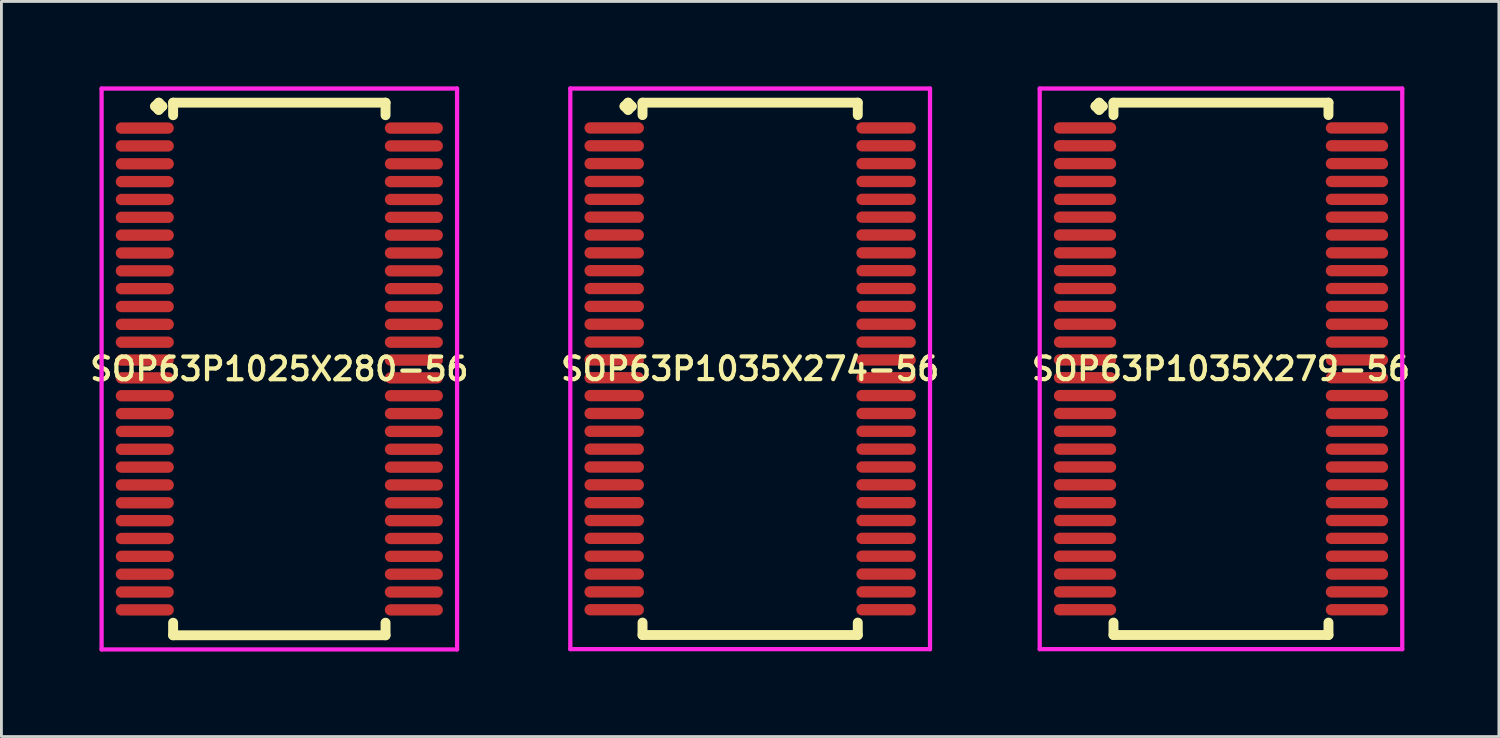
<source format=kicad_pcb>
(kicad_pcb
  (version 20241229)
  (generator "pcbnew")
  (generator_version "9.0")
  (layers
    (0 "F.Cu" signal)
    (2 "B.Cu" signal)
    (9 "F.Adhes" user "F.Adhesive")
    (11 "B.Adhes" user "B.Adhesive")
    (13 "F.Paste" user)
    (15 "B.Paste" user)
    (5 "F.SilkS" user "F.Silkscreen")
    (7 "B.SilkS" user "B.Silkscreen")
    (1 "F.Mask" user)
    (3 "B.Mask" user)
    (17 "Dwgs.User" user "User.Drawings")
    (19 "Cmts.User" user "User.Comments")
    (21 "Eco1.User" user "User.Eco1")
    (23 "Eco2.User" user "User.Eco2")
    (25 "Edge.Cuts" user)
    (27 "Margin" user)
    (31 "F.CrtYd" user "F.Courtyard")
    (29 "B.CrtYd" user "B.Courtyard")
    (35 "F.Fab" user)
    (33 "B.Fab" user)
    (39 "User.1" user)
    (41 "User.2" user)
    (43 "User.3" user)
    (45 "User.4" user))
  (footprint "SOP63P1035X274-56"
    (layer "F.Cu")
    (at 23.435 9.972)
    (property "Reference" "SOP63P1035X274-56" (at 0 0 0) (layer "F.SilkS") (effects (font (size 0.8 0.8) (thickness 0.15))))
    (attr smd)
    (fp_line (start -4.435 -9.27) (end -4.308 -9.397) (stroke (width 0.35) (type solid)) (layer "F.SilkS"))
    (fp_line (start -4.308 -9.397) (end -4.181 -9.27) (stroke (width 0.35) (type solid)) (layer "F.SilkS"))
    (fp_line (start -4.308 -9.143) (end -4.435 -9.27) (stroke (width 0.35) (type solid)) (layer "F.SilkS"))
    (fp_line (start -4.181 -9.27) (end -4.308 -9.143) (stroke (width 0.35) (type solid)) (layer "F.SilkS"))
    (fp_line (start -3.8 -9.397) (end 3.8 -9.397) (stroke (width 0.35) (type solid)) (layer "F.SilkS"))
    (fp_line (start -3.8 -8.959) (end -3.8 -9.397) (stroke (width 0.35) (type solid)) (layer "F.SilkS"))
    (fp_line (start -3.8 8.959) (end -3.8 9.397) (stroke (width 0.35) (type solid)) (layer "F.SilkS"))
    (fp_line (start -3.8 9.397) (end 3.8 9.397) (stroke (width 0.35) (type solid)) (layer "F.SilkS"))
    (fp_line (start 3.8 -9.397) (end 3.8 -8.959) (stroke (width 0.35) (type solid)) (layer "F.SilkS"))
    (fp_line (start 3.8 9.397) (end 3.8 8.959) (stroke (width 0.35) (type solid)) (layer "F.SilkS"))
    (fp_line (start -6.35 -9.897) (end 6.35 -9.897) (stroke (width 0.15) (type solid)) (layer "F.CrtYd"))
    (fp_line (start -6.35 9.897) (end -6.35 -9.897) (stroke (width 0.15) (type solid)) (layer "F.CrtYd"))
    (fp_line (start 6.35 -9.897) (end 6.35 9.897) (stroke (width 0.15) (type solid)) (layer "F.CrtYd"))
    (fp_line (start 6.35 9.897) (end -6.35 9.897) (stroke (width 0.15) (type solid)) (layer "F.CrtYd"))
    (pad "1" smd oval (at -4.8 -8.505) (size 2.1 0.4) (layers "F.Cu" "F.Mask" "F.Paste"))
    (pad "2" smd oval (at -4.8 -7.875) (size 2.1 0.4) (layers "F.Cu" "F.Mask" "F.Paste"))
    (pad "3" smd oval (at -4.8 -7.245) (size 2.1 0.4) (layers "F.Cu" "F.Mask" "F.Paste"))
    (pad "4" smd oval (at -4.8 -6.615) (size 2.1 0.4) (layers "F.Cu" "F.Mask" "F.Paste"))
    (pad "5" smd oval (at -4.8 -5.985) (size 2.1 0.4) (layers "F.Cu" "F.Mask" "F.Paste"))
    (pad "6" smd oval (at -4.8 -5.355) (size 2.1 0.4) (layers "F.Cu" "F.Mask" "F.Paste"))
    (pad "7" smd oval (at -4.8 -4.725) (size 2.1 0.4) (layers "F.Cu" "F.Mask" "F.Paste"))
    (pad "8" smd oval (at -4.8 -4.095) (size 2.1 0.4) (layers "F.Cu" "F.Mask" "F.Paste"))
    (pad "9" smd oval (at -4.8 -3.465) (size 2.1 0.4) (layers "F.Cu" "F.Mask" "F.Paste"))
    (pad "10" smd oval (at -4.8 -2.835) (size 2.1 0.4) (layers "F.Cu" "F.Mask" "F.Paste"))
    (pad "11" smd oval (at -4.8 -2.205) (size 2.1 0.4) (layers "F.Cu" "F.Mask" "F.Paste"))
    (pad "12" smd oval (at -4.8 -1.575) (size 2.1 0.4) (layers "F.Cu" "F.Mask" "F.Paste"))
    (pad "13" smd oval (at -4.8 -0.945) (size 2.1 0.4) (layers "F.Cu" "F.Mask" "F.Paste"))
    (pad "14" smd oval (at -4.8 -0.315) (size 2.1 0.4) (layers "F.Cu" "F.Mask" "F.Paste"))
    (pad "15" smd oval (at -4.8 0.315) (size 2.1 0.4) (layers "F.Cu" "F.Mask" "F.Paste"))
    (pad "16" smd oval (at -4.8 0.945) (size 2.1 0.4) (layers "F.Cu" "F.Mask" "F.Paste"))
    (pad "17" smd oval (at -4.8 1.575) (size 2.1 0.4) (layers "F.Cu" "F.Mask" "F.Paste"))
    (pad "18" smd oval (at -4.8 2.205) (size 2.1 0.4) (layers "F.Cu" "F.Mask" "F.Paste"))
    (pad "19" smd oval (at -4.8 2.835) (size 2.1 0.4) (layers "F.Cu" "F.Mask" "F.Paste"))
    (pad "20" smd oval (at -4.8 3.465) (size 2.1 0.4) (layers "F.Cu" "F.Mask" "F.Paste"))
    (pad "21" smd oval (at -4.8 4.095) (size 2.1 0.4) (layers "F.Cu" "F.Mask" "F.Paste"))
    (pad "22" smd oval (at -4.8 4.725) (size 2.1 0.4) (layers "F.Cu" "F.Mask" "F.Paste"))
    (pad "23" smd oval (at -4.8 5.355) (size 2.1 0.4) (layers "F.Cu" "F.Mask" "F.Paste"))
    (pad "24" smd oval (at -4.8 5.985) (size 2.1 0.4) (layers "F.Cu" "F.Mask" "F.Paste"))
    (pad "25" smd oval (at -4.8 6.615) (size 2.1 0.4) (layers "F.Cu" "F.Mask" "F.Paste"))
    (pad "26" smd oval (at -4.8 7.245) (size 2.1 0.4) (layers "F.Cu" "F.Mask" "F.Paste"))
    (pad "27" smd oval (at -4.8 7.875) (size 2.1 0.4) (layers "F.Cu" "F.Mask" "F.Paste"))
    (pad "28" smd oval (at -4.8 8.505) (size 2.1 0.4) (layers "F.Cu" "F.Mask" "F.Paste"))
    (pad "29" smd oval (at 4.8 8.505) (size 2.1 0.4) (layers "F.Cu" "F.Mask" "F.Paste"))
    (pad "30" smd oval (at 4.8 7.875) (size 2.1 0.4) (layers "F.Cu" "F.Mask" "F.Paste"))
    (pad "31" smd oval (at 4.8 7.245) (size 2.1 0.4) (layers "F.Cu" "F.Mask" "F.Paste"))
    (pad "32" smd oval (at 4.8 6.615) (size 2.1 0.4) (layers "F.Cu" "F.Mask" "F.Paste"))
    (pad "33" smd oval (at 4.8 5.985) (size 2.1 0.4) (layers "F.Cu" "F.Mask" "F.Paste"))
    (pad "34" smd oval (at 4.8 5.355) (size 2.1 0.4) (layers "F.Cu" "F.Mask" "F.Paste"))
    (pad "35" smd oval (at 4.8 4.725) (size 2.1 0.4) (layers "F.Cu" "F.Mask" "F.Paste"))
    (pad "36" smd oval (at 4.8 4.095) (size 2.1 0.4) (layers "F.Cu" "F.Mask" "F.Paste"))
    (pad "37" smd oval (at 4.8 3.465) (size 2.1 0.4) (layers "F.Cu" "F.Mask" "F.Paste"))
    (pad "38" smd oval (at 4.8 2.835) (size 2.1 0.4) (layers "F.Cu" "F.Mask" "F.Paste"))
    (pad "39" smd oval (at 4.8 2.205) (size 2.1 0.4) (layers "F.Cu" "F.Mask" "F.Paste"))
    (pad "40" smd oval (at 4.8 1.575) (size 2.1 0.4) (layers "F.Cu" "F.Mask" "F.Paste"))
    (pad "41" smd oval (at 4.8 0.945) (size 2.1 0.4) (layers "F.Cu" "F.Mask" "F.Paste"))
    (pad "42" smd oval (at 4.8 0.315) (size 2.1 0.4) (layers "F.Cu" "F.Mask" "F.Paste"))
    (pad "43" smd oval (at 4.8 -0.315) (size 2.1 0.4) (layers "F.Cu" "F.Mask" "F.Paste"))
    (pad "44" smd oval (at 4.8 -0.945) (size 2.1 0.4) (layers "F.Cu" "F.Mask" "F.Paste"))
    (pad "45" smd oval (at 4.8 -1.575) (size 2.1 0.4) (layers "F.Cu" "F.Mask" "F.Paste"))
    (pad "46" smd oval (at 4.8 -2.205) (size 2.1 0.4) (layers "F.Cu" "F.Mask" "F.Paste"))
    (pad "47" smd oval (at 4.8 -2.835) (size 2.1 0.4) (layers "F.Cu" "F.Mask" "F.Paste"))
    (pad "48" smd oval (at 4.8 -3.465) (size 2.1 0.4) (layers "F.Cu" "F.Mask" "F.Paste"))
    (pad "49" smd oval (at 4.8 -4.095) (size 2.1 0.4) (layers "F.Cu" "F.Mask" "F.Paste"))
    (pad "50" smd oval (at 4.8 -4.725) (size 2.1 0.4) (layers "F.Cu" "F.Mask" "F.Paste"))
    (pad "51" smd oval (at 4.8 -5.355) (size 2.1 0.4) (layers "F.Cu" "F.Mask" "F.Paste"))
    (pad "52" smd oval (at 4.8 -5.985) (size 2.1 0.4) (layers "F.Cu" "F.Mask" "F.Paste"))
    (pad "53" smd oval (at 4.8 -6.615) (size 2.1 0.4) (layers "F.Cu" "F.Mask" "F.Paste"))
    (pad "54" smd oval (at 4.8 -7.245) (size 2.1 0.4) (layers "F.Cu" "F.Mask" "F.Paste"))
    (pad "55" smd oval (at 4.8 -7.875) (size 2.1 0.4) (layers "F.Cu" "F.Mask" "F.Paste"))
    (pad "56" smd oval (at 4.8 -8.505) (size 2.1 0.4) (layers "F.Cu" "F.Mask" "F.Paste")))
  (footprint "SOP63P1025X280-56"
    (layer "F.Cu")
    (at 6.812 9.977)
    (property "Reference" "SOP63P1025X280-56" (at 0 0 0) (layer "F.SilkS") (effects (font (size 0.8 0.8) (thickness 0.15))))
    (attr smd)
    (fp_line (start -4.385 -9.275) (end -4.258 -9.402) (stroke (width 0.35) (type solid)) (layer "F.SilkS"))
    (fp_line (start -4.258 -9.402) (end -4.131 -9.275) (stroke (width 0.35) (type solid)) (layer "F.SilkS"))
    (fp_line (start -4.258 -9.148) (end -4.385 -9.275) (stroke (width 0.35) (type solid)) (layer "F.SilkS"))
    (fp_line (start -4.131 -9.275) (end -4.258 -9.148) (stroke (width 0.35) (type solid)) (layer "F.SilkS"))
    (fp_line (start -3.75 -9.402) (end 3.75 -9.402) (stroke (width 0.35) (type solid)) (layer "F.SilkS"))
    (fp_line (start -3.75 -8.959) (end -3.75 -9.402) (stroke (width 0.35) (type solid)) (layer "F.SilkS"))
    (fp_line (start -3.75 8.959) (end -3.75 9.402) (stroke (width 0.35) (type solid)) (layer "F.SilkS"))
    (fp_line (start -3.75 9.402) (end 3.75 9.402) (stroke (width 0.35) (type solid)) (layer "F.SilkS"))
    (fp_line (start 3.75 -9.402) (end 3.75 -8.959) (stroke (width 0.35) (type solid)) (layer "F.SilkS"))
    (fp_line (start 3.75 9.402) (end 3.75 8.959) (stroke (width 0.35) (type solid)) (layer "F.SilkS"))
    (fp_line (start -6.275 -9.902) (end 6.275 -9.902) (stroke (width 0.15) (type solid)) (layer "F.CrtYd"))
    (fp_line (start -6.275 9.902) (end -6.275 -9.902) (stroke (width 0.15) (type solid)) (layer "F.CrtYd"))
    (fp_line (start 6.275 -9.902) (end 6.275 9.902) (stroke (width 0.15) (type solid)) (layer "F.CrtYd"))
    (fp_line (start 6.275 9.902) (end -6.275 9.902) (stroke (width 0.15) (type solid)) (layer "F.CrtYd"))
    (pad "1" smd oval (at -4.75 -8.505) (size 2.05 0.4) (layers "F.Cu" "F.Mask" "F.Paste"))
    (pad "2" smd oval (at -4.75 -7.875) (size 2.05 0.4) (layers "F.Cu" "F.Mask" "F.Paste"))
    (pad "3" smd oval (at -4.75 -7.245) (size 2.05 0.4) (layers "F.Cu" "F.Mask" "F.Paste"))
    (pad "4" smd oval (at -4.75 -6.615) (size 2.05 0.4) (layers "F.Cu" "F.Mask" "F.Paste"))
    (pad "5" smd oval (at -4.75 -5.985) (size 2.05 0.4) (layers "F.Cu" "F.Mask" "F.Paste"))
    (pad "6" smd oval (at -4.75 -5.355) (size 2.05 0.4) (layers "F.Cu" "F.Mask" "F.Paste"))
    (pad "7" smd oval (at -4.75 -4.725) (size 2.05 0.4) (layers "F.Cu" "F.Mask" "F.Paste"))
    (pad "8" smd oval (at -4.75 -4.095) (size 2.05 0.4) (layers "F.Cu" "F.Mask" "F.Paste"))
    (pad "9" smd oval (at -4.75 -3.465) (size 2.05 0.4) (layers "F.Cu" "F.Mask" "F.Paste"))
    (pad "10" smd oval (at -4.75 -2.835) (size 2.05 0.4) (layers "F.Cu" "F.Mask" "F.Paste"))
    (pad "11" smd oval (at -4.75 -2.205) (size 2.05 0.4) (layers "F.Cu" "F.Mask" "F.Paste"))
    (pad "12" smd oval (at -4.75 -1.575) (size 2.05 0.4) (layers "F.Cu" "F.Mask" "F.Paste"))
    (pad "13" smd oval (at -4.75 -0.945) (size 2.05 0.4) (layers "F.Cu" "F.Mask" "F.Paste"))
    (pad "14" smd oval (at -4.75 -0.315) (size 2.05 0.4) (layers "F.Cu" "F.Mask" "F.Paste"))
    (pad "15" smd oval (at -4.75 0.315) (size 2.05 0.4) (layers "F.Cu" "F.Mask" "F.Paste"))
    (pad "16" smd oval (at -4.75 0.945) (size 2.05 0.4) (layers "F.Cu" "F.Mask" "F.Paste"))
    (pad "17" smd oval (at -4.75 1.575) (size 2.05 0.4) (layers "F.Cu" "F.Mask" "F.Paste"))
    (pad "18" smd oval (at -4.75 2.205) (size 2.05 0.4) (layers "F.Cu" "F.Mask" "F.Paste"))
    (pad "19" smd oval (at -4.75 2.835) (size 2.05 0.4) (layers "F.Cu" "F.Mask" "F.Paste"))
    (pad "20" smd oval (at -4.75 3.465) (size 2.05 0.4) (layers "F.Cu" "F.Mask" "F.Paste"))
    (pad "21" smd oval (at -4.75 4.095) (size 2.05 0.4) (layers "F.Cu" "F.Mask" "F.Paste"))
    (pad "22" smd oval (at -4.75 4.725) (size 2.05 0.4) (layers "F.Cu" "F.Mask" "F.Paste"))
    (pad "23" smd oval (at -4.75 5.355) (size 2.05 0.4) (layers "F.Cu" "F.Mask" "F.Paste"))
    (pad "24" smd oval (at -4.75 5.985) (size 2.05 0.4) (layers "F.Cu" "F.Mask" "F.Paste"))
    (pad "25" smd oval (at -4.75 6.615) (size 2.05 0.4) (layers "F.Cu" "F.Mask" "F.Paste"))
    (pad "26" smd oval (at -4.75 7.245) (size 2.05 0.4) (layers "F.Cu" "F.Mask" "F.Paste"))
    (pad "27" smd oval (at -4.75 7.875) (size 2.05 0.4) (layers "F.Cu" "F.Mask" "F.Paste"))
    (pad "28" smd oval (at -4.75 8.505) (size 2.05 0.4) (layers "F.Cu" "F.Mask" "F.Paste"))
    (pad "29" smd oval (at 4.75 8.505) (size 2.05 0.4) (layers "F.Cu" "F.Mask" "F.Paste"))
    (pad "30" smd oval (at 4.75 7.875) (size 2.05 0.4) (layers "F.Cu" "F.Mask" "F.Paste"))
    (pad "31" smd oval (at 4.75 7.245) (size 2.05 0.4) (layers "F.Cu" "F.Mask" "F.Paste"))
    (pad "32" smd oval (at 4.75 6.615) (size 2.05 0.4) (layers "F.Cu" "F.Mask" "F.Paste"))
    (pad "33" smd oval (at 4.75 5.985) (size 2.05 0.4) (layers "F.Cu" "F.Mask" "F.Paste"))
    (pad "34" smd oval (at 4.75 5.355) (size 2.05 0.4) (layers "F.Cu" "F.Mask" "F.Paste"))
    (pad "35" smd oval (at 4.75 4.725) (size 2.05 0.4) (layers "F.Cu" "F.Mask" "F.Paste"))
    (pad "36" smd oval (at 4.75 4.095) (size 2.05 0.4) (layers "F.Cu" "F.Mask" "F.Paste"))
    (pad "37" smd oval (at 4.75 3.465) (size 2.05 0.4) (layers "F.Cu" "F.Mask" "F.Paste"))
    (pad "38" smd oval (at 4.75 2.835) (size 2.05 0.4) (layers "F.Cu" "F.Mask" "F.Paste"))
    (pad "39" smd oval (at 4.75 2.205) (size 2.05 0.4) (layers "F.Cu" "F.Mask" "F.Paste"))
    (pad "40" smd oval (at 4.75 1.575) (size 2.05 0.4) (layers "F.Cu" "F.Mask" "F.Paste"))
    (pad "41" smd oval (at 4.75 0.945) (size 2.05 0.4) (layers "F.Cu" "F.Mask" "F.Paste"))
    (pad "42" smd oval (at 4.75 0.315) (size 2.05 0.4) (layers "F.Cu" "F.Mask" "F.Paste"))
    (pad "43" smd oval (at 4.75 -0.315) (size 2.05 0.4) (layers "F.Cu" "F.Mask" "F.Paste"))
    (pad "44" smd oval (at 4.75 -0.945) (size 2.05 0.4) (layers "F.Cu" "F.Mask" "F.Paste"))
    (pad "45" smd oval (at 4.75 -1.575) (size 2.05 0.4) (layers "F.Cu" "F.Mask" "F.Paste"))
    (pad "46" smd oval (at 4.75 -2.205) (size 2.05 0.4) (layers "F.Cu" "F.Mask" "F.Paste"))
    (pad "47" smd oval (at 4.75 -2.835) (size 2.05 0.4) (layers "F.Cu" "F.Mask" "F.Paste"))
    (pad "48" smd oval (at 4.75 -3.465) (size 2.05 0.4) (layers "F.Cu" "F.Mask" "F.Paste"))
    (pad "49" smd oval (at 4.75 -4.095) (size 2.05 0.4) (layers "F.Cu" "F.Mask" "F.Paste"))
    (pad "50" smd oval (at 4.75 -4.725) (size 2.05 0.4) (layers "F.Cu" "F.Mask" "F.Paste"))
    (pad "51" smd oval (at 4.75 -5.355) (size 2.05 0.4) (layers "F.Cu" "F.Mask" "F.Paste"))
    (pad "52" smd oval (at 4.75 -5.985) (size 2.05 0.4) (layers "F.Cu" "F.Mask" "F.Paste"))
    (pad "53" smd oval (at 4.75 -6.615) (size 2.05 0.4) (layers "F.Cu" "F.Mask" "F.Paste"))
    (pad "54" smd oval (at 4.75 -7.245) (size 2.05 0.4) (layers "F.Cu" "F.Mask" "F.Paste"))
    (pad "55" smd oval (at 4.75 -7.875) (size 2.05 0.4) (layers "F.Cu" "F.Mask" "F.Paste"))
    (pad "56" smd oval (at 4.75 -8.505) (size 2.05 0.4) (layers "F.Cu" "F.Mask" "F.Paste")))
  (footprint "SOP63P1035X279-56"
    (layer "F.Cu")
    (at 40.058 9.972)
    (property "Reference" "SOP63P1035X279-56" (at 0 0 0) (layer "F.SilkS") (effects (font (size 0.8 0.8) (thickness 0.15))))
    (attr smd)
    (fp_line (start -4.43 -9.27) (end -4.303 -9.397) (stroke (width 0.35) (type solid)) (layer "F.SilkS"))
    (fp_line (start -4.303 -9.397) (end -4.176 -9.27) (stroke (width 0.35) (type solid)) (layer "F.SilkS"))
    (fp_line (start -4.303 -9.143) (end -4.43 -9.27) (stroke (width 0.35) (type solid)) (layer "F.SilkS"))
    (fp_line (start -4.176 -9.27) (end -4.303 -9.143) (stroke (width 0.35) (type solid)) (layer "F.SilkS"))
    (fp_line (start -3.795 -9.397) (end 3.795 -9.397) (stroke (width 0.35) (type solid)) (layer "F.SilkS"))
    (fp_line (start -3.795 -8.959) (end -3.795 -9.397) (stroke (width 0.35) (type solid)) (layer "F.SilkS"))
    (fp_line (start -3.795 8.959) (end -3.795 9.397) (stroke (width 0.35) (type solid)) (layer "F.SilkS"))
    (fp_line (start -3.795 9.397) (end 3.795 9.397) (stroke (width 0.35) (type solid)) (layer "F.SilkS"))
    (fp_line (start 3.795 -9.397) (end 3.795 -8.959) (stroke (width 0.35) (type solid)) (layer "F.SilkS"))
    (fp_line (start 3.795 9.397) (end 3.795 8.959) (stroke (width 0.35) (type solid)) (layer "F.SilkS"))
    (fp_line (start -6.4 -9.897) (end 6.4 -9.897) (stroke (width 0.15) (type solid)) (layer "F.CrtYd"))
    (fp_line (start -6.4 9.897) (end -6.4 -9.897) (stroke (width 0.15) (type solid)) (layer "F.CrtYd"))
    (fp_line (start 6.4 -9.897) (end 6.4 9.897) (stroke (width 0.15) (type solid)) (layer "F.CrtYd"))
    (fp_line (start 6.4 9.897) (end -6.4 9.897) (stroke (width 0.15) (type solid)) (layer "F.CrtYd"))
    (pad "1" smd oval (at -4.8 -8.505) (size 2.2 0.4) (layers "F.Cu" "F.Mask" "F.Paste"))
    (pad "2" smd oval (at -4.8 -7.875) (size 2.2 0.4) (layers "F.Cu" "F.Mask" "F.Paste"))
    (pad "3" smd oval (at -4.8 -7.245) (size 2.2 0.4) (layers "F.Cu" "F.Mask" "F.Paste"))
    (pad "4" smd oval (at -4.8 -6.615) (size 2.2 0.4) (layers "F.Cu" "F.Mask" "F.Paste"))
    (pad "5" smd oval (at -4.8 -5.985) (size 2.2 0.4) (layers "F.Cu" "F.Mask" "F.Paste"))
    (pad "6" smd oval (at -4.8 -5.355) (size 2.2 0.4) (layers "F.Cu" "F.Mask" "F.Paste"))
    (pad "7" smd oval (at -4.8 -4.725) (size 2.2 0.4) (layers "F.Cu" "F.Mask" "F.Paste"))
    (pad "8" smd oval (at -4.8 -4.095) (size 2.2 0.4) (layers "F.Cu" "F.Mask" "F.Paste"))
    (pad "9" smd oval (at -4.8 -3.465) (size 2.2 0.4) (layers "F.Cu" "F.Mask" "F.Paste"))
    (pad "10" smd oval (at -4.8 -2.835) (size 2.2 0.4) (layers "F.Cu" "F.Mask" "F.Paste"))
    (pad "11" smd oval (at -4.8 -2.205) (size 2.2 0.4) (layers "F.Cu" "F.Mask" "F.Paste"))
    (pad "12" smd oval (at -4.8 -1.575) (size 2.2 0.4) (layers "F.Cu" "F.Mask" "F.Paste"))
    (pad "13" smd oval (at -4.8 -0.945) (size 2.2 0.4) (layers "F.Cu" "F.Mask" "F.Paste"))
    (pad "14" smd oval (at -4.8 -0.315) (size 2.2 0.4) (layers "F.Cu" "F.Mask" "F.Paste"))
    (pad "15" smd oval (at -4.8 0.315) (size 2.2 0.4) (layers "F.Cu" "F.Mask" "F.Paste"))
    (pad "16" smd oval (at -4.8 0.945) (size 2.2 0.4) (layers "F.Cu" "F.Mask" "F.Paste"))
    (pad "17" smd oval (at -4.8 1.575) (size 2.2 0.4) (layers "F.Cu" "F.Mask" "F.Paste"))
    (pad "18" smd oval (at -4.8 2.205) (size 2.2 0.4) (layers "F.Cu" "F.Mask" "F.Paste"))
    (pad "19" smd oval (at -4.8 2.835) (size 2.2 0.4) (layers "F.Cu" "F.Mask" "F.Paste"))
    (pad "20" smd oval (at -4.8 3.465) (size 2.2 0.4) (layers "F.Cu" "F.Mask" "F.Paste"))
    (pad "21" smd oval (at -4.8 4.095) (size 2.2 0.4) (layers "F.Cu" "F.Mask" "F.Paste"))
    (pad "22" smd oval (at -4.8 4.725) (size 2.2 0.4) (layers "F.Cu" "F.Mask" "F.Paste"))
    (pad "23" smd oval (at -4.8 5.355) (size 2.2 0.4) (layers "F.Cu" "F.Mask" "F.Paste"))
    (pad "24" smd oval (at -4.8 5.985) (size 2.2 0.4) (layers "F.Cu" "F.Mask" "F.Paste"))
    (pad "25" smd oval (at -4.8 6.615) (size 2.2 0.4) (layers "F.Cu" "F.Mask" "F.Paste"))
    (pad "26" smd oval (at -4.8 7.245) (size 2.2 0.4) (layers "F.Cu" "F.Mask" "F.Paste"))
    (pad "27" smd oval (at -4.8 7.875) (size 2.2 0.4) (layers "F.Cu" "F.Mask" "F.Paste"))
    (pad "28" smd oval (at -4.8 8.505) (size 2.2 0.4) (layers "F.Cu" "F.Mask" "F.Paste"))
    (pad "29" smd oval (at 4.8 8.505) (size 2.2 0.4) (layers "F.Cu" "F.Mask" "F.Paste"))
    (pad "30" smd oval (at 4.8 7.875) (size 2.2 0.4) (layers "F.Cu" "F.Mask" "F.Paste"))
    (pad "31" smd oval (at 4.8 7.245) (size 2.2 0.4) (layers "F.Cu" "F.Mask" "F.Paste"))
    (pad "32" smd oval (at 4.8 6.615) (size 2.2 0.4) (layers "F.Cu" "F.Mask" "F.Paste"))
    (pad "33" smd oval (at 4.8 5.985) (size 2.2 0.4) (layers "F.Cu" "F.Mask" "F.Paste"))
    (pad "34" smd oval (at 4.8 5.355) (size 2.2 0.4) (layers "F.Cu" "F.Mask" "F.Paste"))
    (pad "35" smd oval (at 4.8 4.725) (size 2.2 0.4) (layers "F.Cu" "F.Mask" "F.Paste"))
    (pad "36" smd oval (at 4.8 4.095) (size 2.2 0.4) (layers "F.Cu" "F.Mask" "F.Paste"))
    (pad "37" smd oval (at 4.8 3.465) (size 2.2 0.4) (layers "F.Cu" "F.Mask" "F.Paste"))
    (pad "38" smd oval (at 4.8 2.835) (size 2.2 0.4) (layers "F.Cu" "F.Mask" "F.Paste"))
    (pad "39" smd oval (at 4.8 2.205) (size 2.2 0.4) (layers "F.Cu" "F.Mask" "F.Paste"))
    (pad "40" smd oval (at 4.8 1.575) (size 2.2 0.4) (layers "F.Cu" "F.Mask" "F.Paste"))
    (pad "41" smd oval (at 4.8 0.945) (size 2.2 0.4) (layers "F.Cu" "F.Mask" "F.Paste"))
    (pad "42" smd oval (at 4.8 0.315) (size 2.2 0.4) (layers "F.Cu" "F.Mask" "F.Paste"))
    (pad "43" smd oval (at 4.8 -0.315) (size 2.2 0.4) (layers "F.Cu" "F.Mask" "F.Paste"))
    (pad "44" smd oval (at 4.8 -0.945) (size 2.2 0.4) (layers "F.Cu" "F.Mask" "F.Paste"))
    (pad "45" smd oval (at 4.8 -1.575) (size 2.2 0.4) (layers "F.Cu" "F.Mask" "F.Paste"))
    (pad "46" smd oval (at 4.8 -2.205) (size 2.2 0.4) (layers "F.Cu" "F.Mask" "F.Paste"))
    (pad "47" smd oval (at 4.8 -2.835) (size 2.2 0.4) (layers "F.Cu" "F.Mask" "F.Paste"))
    (pad "48" smd oval (at 4.8 -3.465) (size 2.2 0.4) (layers "F.Cu" "F.Mask" "F.Paste"))
    (pad "49" smd oval (at 4.8 -4.095) (size 2.2 0.4) (layers "F.Cu" "F.Mask" "F.Paste"))
    (pad "50" smd oval (at 4.8 -4.725) (size 2.2 0.4) (layers "F.Cu" "F.Mask" "F.Paste"))
    (pad "51" smd oval (at 4.8 -5.355) (size 2.2 0.4) (layers "F.Cu" "F.Mask" "F.Paste"))
    (pad "52" smd oval (at 4.8 -5.985) (size 2.2 0.4) (layers "F.Cu" "F.Mask" "F.Paste"))
    (pad "53" smd oval (at 4.8 -6.615) (size 2.2 0.4) (layers "F.Cu" "F.Mask" "F.Paste"))
    (pad "54" smd oval (at 4.8 -7.245) (size 2.2 0.4) (layers "F.Cu" "F.Mask" "F.Paste"))
    (pad "55" smd oval (at 4.8 -7.875) (size 2.2 0.4) (layers "F.Cu" "F.Mask" "F.Paste"))
    (pad "56" smd oval (at 4.8 -8.505) (size 2.2 0.4) (layers "F.Cu" "F.Mask" "F.Paste")))
  (gr_rect
    (start -3 -3)
    (end 49.87 22.954)
    (stroke (width 0.1) (type default))
    (fill no)
    (layer "Edge.Cuts")))
</source>
